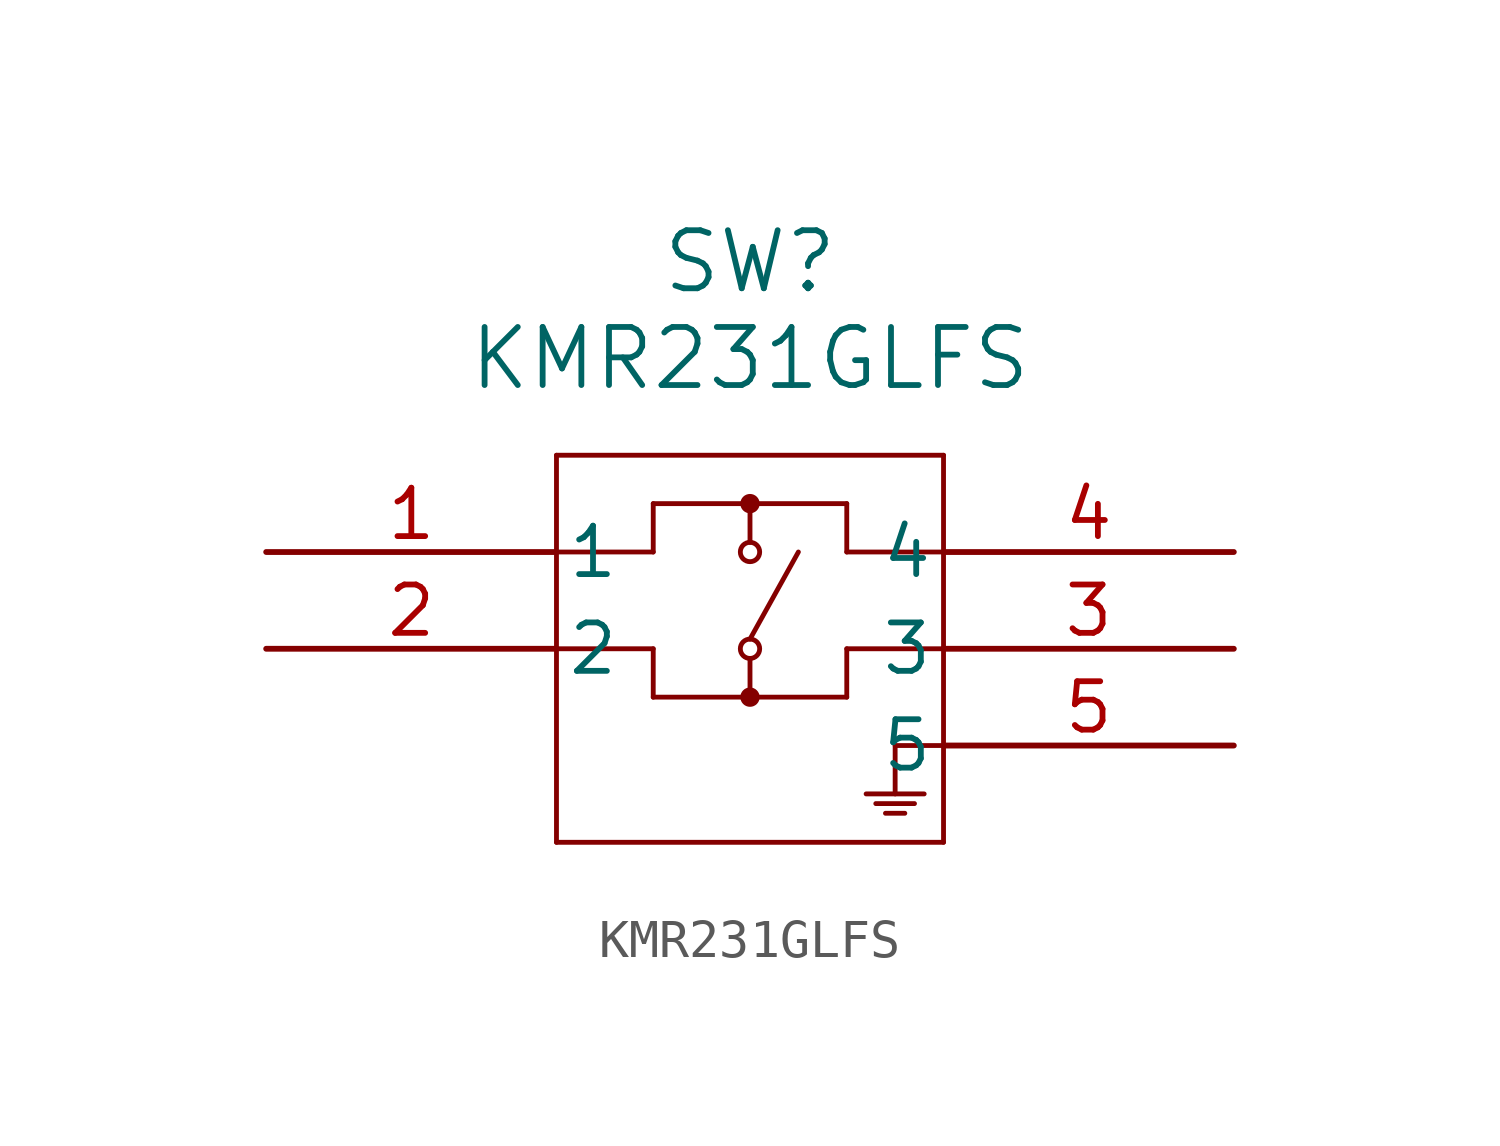
<source format=kicad_sym>
(kicad_symbol_lib
  (version 20211014)
  (generator kicad_symbol_editor)
  (symbol "KMR231GLFS"
    (pin_names
      (offset 0.254))
    (property "Reference" "SW"
      (at 12.7 7.62 0)
      (effects (font (size 1.524 1.524))))
    (property "Value" "KMR231GLFS"
      (at 12.7 5.08 0)
      (effects (font (size 1.524 1.524))))
    (symbol "KMR231GLFS_0_1"
      (polyline (pts (xy 7.62 2.54) (xy 7.62 -7.62)) (stroke (width 0.127) (type default) (color 0 0 0 0)) (fill (type none)))
      (polyline (pts (xy 7.62 -7.62) (xy 17.78 -7.62)) (stroke (width 0.127) (type default) (color 0 0 0 0)) (fill (type none)))
      (polyline (pts (xy 17.78 2.54) (xy 7.62 2.54)) (stroke (width 0.127) (type default) (color 0 0 0 0)) (fill (type none)))
      (polyline (pts (xy 7.62 0) (xy 10.16 0)) (stroke (width 0.127) (type default) (color 0 0 0 0)) (fill (type none)))
      (polyline (pts (xy 10.16 0) (xy 10.16 1.27)) (stroke (width 0.127) (type default) (color 0 0 0 0)) (fill (type none)))
      (polyline (pts (xy 10.16 -3.81) (xy 15.24 -3.81)) (stroke (width 0.127) (type default) (color 0 0 0 0)) (fill (type none)))
      (polyline (pts (xy 17.78 -7.62) (xy 17.78 2.54)) (stroke (width 0.127) (type default) (color 0 0 0 0)) (fill (type none)))
      (polyline (pts (xy 15.24 1.27) (xy 15.24 0)) (stroke (width 0.127) (type default) (color 0 0 0 0)) (fill (type none)))
      (polyline (pts (xy 15.24 0) (xy 17.78 0)) (stroke (width 0.127) (type default) (color 0 0 0 0)) (fill (type none)))
      (polyline (pts (xy 17.78 -2.54) (xy 15.24 -2.54)) (stroke (width 0.127) (type default) (color 0 0 0 0)) (fill (type none)))
      (polyline (pts (xy 15.24 1.27) (xy 10.16 1.27)) (stroke (width 0.127) (type default) (color 0 0 0 0)) (fill (type none)))
      (polyline (pts (xy 10.16 -3.81) (xy 10.16 -2.54)) (stroke (width 0.127) (type default) (color 0 0 0 0)) (fill (type none)))
      (polyline (pts (xy 10.16 -2.54) (xy 7.62 -2.54)) (stroke (width 0.127) (type default) (color 0 0 0 0)) (fill (type none)))
      (polyline (pts (xy 12.7 -3.81) (xy 12.7 -2.794)) (stroke (width 0.127) (type default) (color 0 0 0 0)) (fill (type none)))
      (polyline (pts (xy 12.7 0.254) (xy 12.7 1.27)) (stroke (width 0.127) (type default) (color 0 0 0 0)) (fill (type none)))
      (circle (center 12.7 -2.54) (radius 0.254) (stroke (width 0.127) (type default) (color 0 0 0 0)) (fill (type none)))
      (circle (center 12.7 0) (radius 0.254) (stroke (width 0.127) (type default) (color 0 0 0 0)) (fill (type none)))
      (polyline (pts (xy 12.7 -2.286) (xy 13.97 0)) (stroke (width 0.127) (type default) (color 0 0 0 0)) (fill (type none)))
      (polyline (pts (xy 15.24 -2.54) (xy 15.24 -3.81)) (stroke (width 0.127) (type default) (color 0 0 0 0)) (fill (type none)))
      (polyline (pts (xy 17.78 -5.08) (xy 16.51 -5.08)) (stroke (width 0.127) (type default) (color 0 0 0 0)) (fill (type none)))
      (polyline (pts (xy 16.51 -5.08) (xy 16.51 -6.35)) (stroke (width 0.127) (type default) (color 0 0 0 0)) (fill (type none)))
      (polyline (pts (xy 16.256 -6.858) (xy 16.764 -6.858)) (stroke (width 0.127) (type default) (color 0 0 0 0)) (fill (type none)))
      (polyline (pts (xy 17.018 -6.604) (xy 16.002 -6.604)) (stroke (width 0.127) (type default) (color 0 0 0 0)) (fill (type none)))
      (polyline (pts (xy 15.748 -6.35) (xy 17.272 -6.35)) (stroke (width 0.127) (type default) (color 0 0 0 0)) (fill (type none)))
      (circle (center 12.7 -3.81) (radius 0.127) (stroke (width 0.254) (type default) (color 0 0 0 0)) (fill (type none)))
      (circle (center 12.7 1.27) (radius 0.127) (stroke (width 0.254) (type default) (color 0 0 0 0)) (fill (type none)))
      (pin unspecified line (at 0 0 0) (length 7.62) (name "1" (effects (font (size 1.27 1.27)))) (number "1" (effects (font (size 1.27 1.27)))))
      (pin unspecified line (at 0 -2.54 0) (length 7.62) (name "2" (effects (font (size 1.27 1.27)))) (number "2" (effects (font (size 1.27 1.27)))))
      (pin unspecified line (at 25.4 -2.54 180) (length 7.62) (name "3" (effects (font (size 1.27 1.27)))) (number "3" (effects (font (size 1.27 1.27)))))
      (pin unspecified line (at 25.4 0 180) (length 7.62) (name "4" (effects (font (size 1.27 1.27)))) (number "4" (effects (font (size 1.27 1.27)))))
      (pin unspecified line (at 25.4 -5.08 180) (length 7.62) (name "5" (effects (font (size 1.27 1.27)))) (number "5" (effects (font (size 1.27 1.27))))))))
</source>
